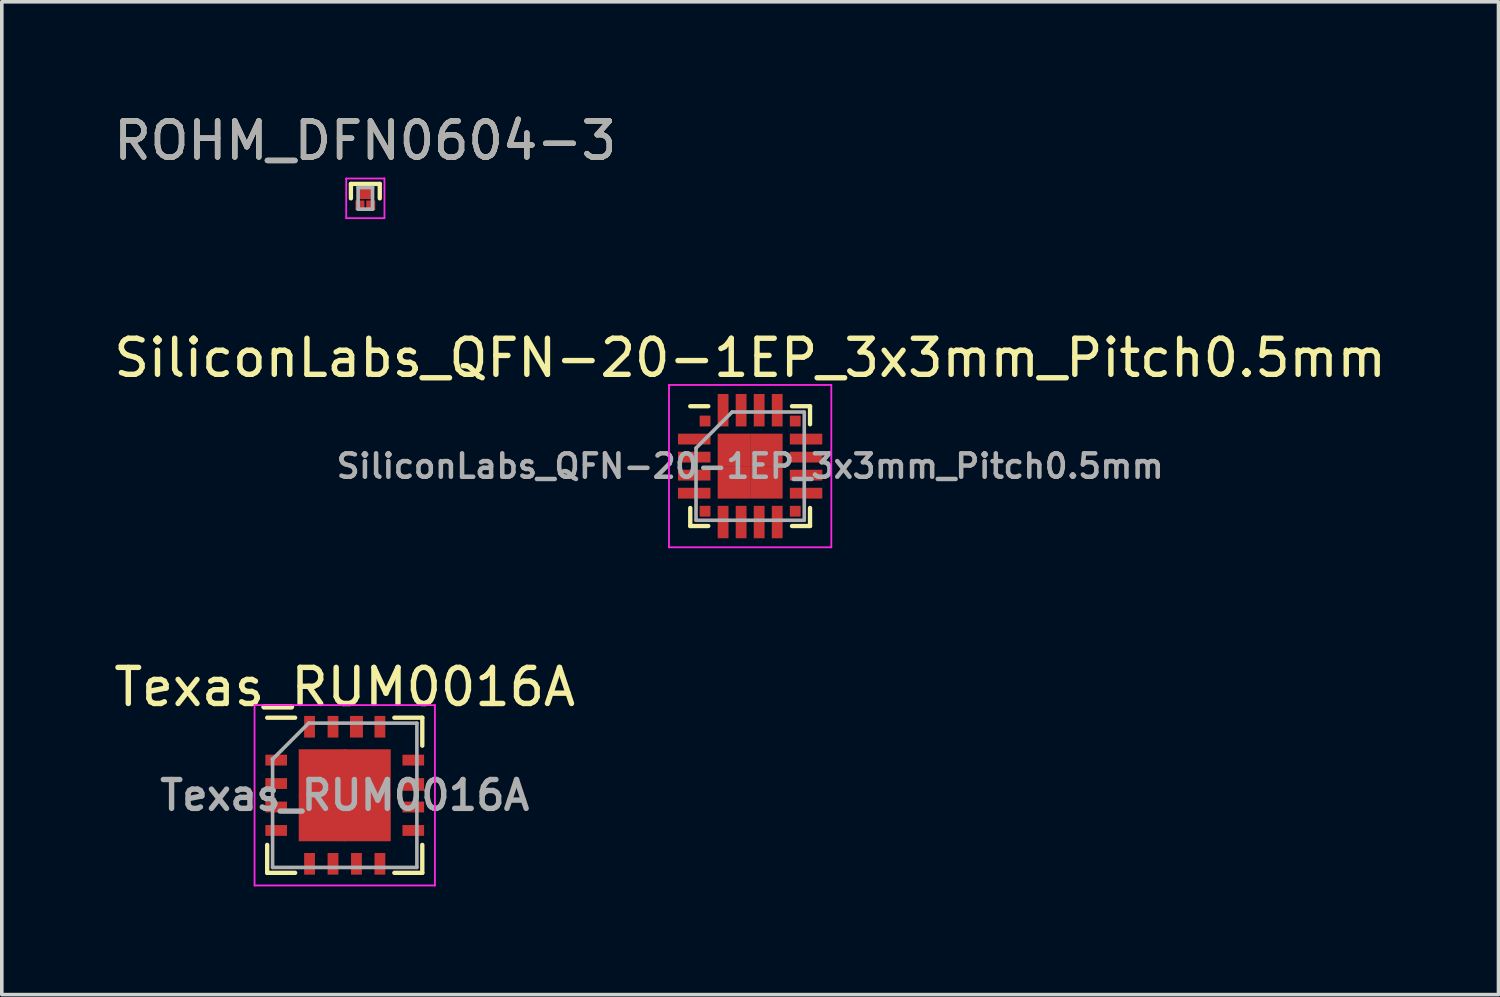
<source format=kicad_pcb>
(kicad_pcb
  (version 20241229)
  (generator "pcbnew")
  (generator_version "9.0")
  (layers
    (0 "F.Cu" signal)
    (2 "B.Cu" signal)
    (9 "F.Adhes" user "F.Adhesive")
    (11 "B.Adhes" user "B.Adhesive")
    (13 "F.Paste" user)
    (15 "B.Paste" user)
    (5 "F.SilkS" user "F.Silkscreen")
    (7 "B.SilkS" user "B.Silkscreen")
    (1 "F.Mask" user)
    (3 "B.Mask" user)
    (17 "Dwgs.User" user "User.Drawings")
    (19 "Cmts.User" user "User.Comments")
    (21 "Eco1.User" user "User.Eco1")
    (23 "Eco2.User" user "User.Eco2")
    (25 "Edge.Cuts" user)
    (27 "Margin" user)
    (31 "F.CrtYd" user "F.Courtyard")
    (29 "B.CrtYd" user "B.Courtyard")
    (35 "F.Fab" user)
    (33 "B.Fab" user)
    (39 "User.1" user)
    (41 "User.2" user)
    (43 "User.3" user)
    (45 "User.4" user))
  (footprint "Texas_RUM0016A"
    (layer "F.Cu")
    (at 6.506 18.995)
    (property "Reference" "Texas_RUM0016A" (at 0 -3 0) (layer "F.SilkS") (effects (font (size 1 1) (thickness 0.15))))
    (attr smd)
    (fp_line (start -2.15 -2.15) (end -1.375 -2.15) (stroke (width 0.12) (type solid)) (layer "F.SilkS"))
    (fp_line (start -2.15 2.15) (end -2.15 1.375) (stroke (width 0.12) (type solid)) (layer "F.SilkS"))
    (fp_line (start -2.15 2.15) (end -1.375 2.15) (stroke (width 0.12) (type solid)) (layer "F.SilkS"))
    (fp_line (start 2.15 -2.15) (end 1.375 -2.15) (stroke (width 0.12) (type solid)) (layer "F.SilkS"))
    (fp_line (start 2.15 -2.15) (end 2.15 -1.375) (stroke (width 0.12) (type solid)) (layer "F.SilkS"))
    (fp_line (start 2.15 2.15) (end 1.375 2.15) (stroke (width 0.12) (type solid)) (layer "F.SilkS"))
    (fp_line (start 2.15 2.15) (end 2.15 1.375) (stroke (width 0.12) (type solid)) (layer "F.SilkS"))
    (fp_line (start -2.5 -2.5) (end -2.5 2.5) (stroke (width 0.05) (type solid)) (layer "F.CrtYd"))
    (fp_line (start -2.5 -2.5) (end 2.5 -2.5) (stroke (width 0.05) (type solid)) (layer "F.CrtYd"))
    (fp_line (start -2.5 2.5) (end 2.5 2.5) (stroke (width 0.05) (type solid)) (layer "F.CrtYd"))
    (fp_line (start 2.5 -2.5) (end 2.5 2.5) (stroke (width 0.05) (type solid)) (layer "F.CrtYd"))
    (fp_line (start -2 -1) (end -2 -1) (stroke (width 0.12) (type solid)) (layer "F.Fab"))
    (fp_line (start -2 2) (end -2 -1) (stroke (width 0.1) (type solid)) (layer "F.Fab"))
    (fp_line (start -1 -2) (end -2 -1) (stroke (width 0.1) (type solid)) (layer "F.Fab"))
    (fp_line (start -1 -2) (end 2 -2) (stroke (width 0.1) (type solid)) (layer "F.Fab"))
    (fp_line (start 2 -2) (end 2 2) (stroke (width 0.1) (type solid)) (layer "F.Fab"))
    (fp_line (start 2 2) (end -2 2) (stroke (width 0.1) (type solid)) (layer "F.Fab"))
    (fp_text user "${REFERENCE}" (at 0 0 0) (layer "F.Fab") (effects (font (size 0.8 0.8) (thickness 0.15))))
    (pad "1" smd rect (at -1.9 -0.975) (size 0.6 0.3) (layers "F.Cu" "F.Mask" "F.Paste"))
    (pad "2" smd rect (at -1.9 -0.325) (size 0.6 0.3) (layers "F.Cu" "F.Mask" "F.Paste"))
    (pad "3" smd rect (at -1.9 0.325) (size 0.6 0.3) (layers "F.Cu" "F.Mask" "F.Paste"))
    (pad "4" smd rect (at -1.9 0.975) (size 0.6 0.3) (layers "F.Cu" "F.Mask" "F.Paste"))
    (pad "5" smd rect (at -0.975 1.9 90) (size 0.6 0.3) (layers "F.Cu" "F.Mask" "F.Paste"))
    (pad "6" smd rect (at -0.325 1.9 90) (size 0.6 0.3) (layers "F.Cu" "F.Mask" "F.Paste"))
    (pad "7" smd rect (at 0.325 1.9 90) (size 0.6 0.3) (layers "F.Cu" "F.Mask" "F.Paste"))
    (pad "8" smd rect (at 0.975 1.9 90) (size 0.6 0.3) (layers "F.Cu" "F.Mask" "F.Paste"))
    (pad "9" smd rect (at 1.9 0.975) (size 0.6 0.3) (layers "F.Cu" "F.Mask" "F.Paste"))
    (pad "10" smd rect (at 1.9 0.325) (size 0.6 0.3) (layers "F.Cu" "F.Mask" "F.Paste"))
    (pad "11" smd rect (at 1.9 -0.3) (size 0.6 0.35) (layers "F.Cu" "F.Mask" "F.Paste"))
    (pad "12" smd rect (at 1.9 -0.975) (size 0.6 0.3) (layers "F.Cu" "F.Mask" "F.Paste"))
    (pad "13" smd rect (at 0.975 -1.9 90) (size 0.6 0.3) (layers "F.Cu" "F.Mask" "F.Paste"))
    (pad "14" smd rect (at 0.325 -1.9 90) (size 0.6 0.36) (layers "F.Cu" "F.Mask" "F.Paste"))
    (pad "15" smd rect (at -0.325 -1.9 90) (size 0.6 0.3) (layers "F.Cu" "F.Mask" "F.Paste"))
    (pad "16" smd rect (at -0.975 -1.9 90) (size 0.6 0.3) (layers "F.Cu" "F.Mask" "F.Paste"))
    (pad "17" smd rect (at -0.625 -0.625) (size 1.3 1.3) (layers "F.Cu" "F.Mask" "F.Paste"))
    (pad "17" smd rect (at -0.625 0.625) (size 1.3 1.3) (layers "F.Cu" "F.Mask" "F.Paste"))
    (pad "17" smd rect (at 0.625 -0.625) (size 1.3 1.3) (layers "F.Cu" "F.Mask" "F.Paste"))
    (pad "17" smd rect (at 0.625 0.625) (size 1.3 1.3) (layers "F.Cu" "F.Mask" "F.Paste")))
  (footprint "SiliconLabs_QFN-20-1EP_3x3mm_Pitch0.5mm"
    (layer "F.Cu")
    (at 17.744 9.871)
    (property "Reference" "SiliconLabs_QFN-20-1EP_3x3mm_Pitch0.5mm" (at 0 -3 0) (layer "F.SilkS") (effects (font (size 1 1) (thickness 0.15))))
    (attr smd)
    (fp_line (start -1.66 -1.66) (end -1.16 -1.66) (stroke (width 0.12) (type solid)) (layer "F.SilkS"))
    (fp_line (start -1.66 1.66) (end -1.66 1.16) (stroke (width 0.12) (type solid)) (layer "F.SilkS"))
    (fp_line (start -1.16 1.66) (end -1.66 1.66) (stroke (width 0.12) (type solid)) (layer "F.SilkS"))
    (fp_line (start 1.16 -1.66) (end 1.66 -1.66) (stroke (width 0.12) (type solid)) (layer "F.SilkS"))
    (fp_line (start 1.16 1.66) (end 1.66 1.66) (stroke (width 0.12) (type solid)) (layer "F.SilkS"))
    (fp_line (start 1.66 -1.66) (end 1.66 -1.16) (stroke (width 0.12) (type solid)) (layer "F.SilkS"))
    (fp_line (start 1.66 1.66) (end 1.66 1.16) (stroke (width 0.12) (type solid)) (layer "F.SilkS"))
    (fp_line (start -2.25 -2.25) (end -2.25 2.25) (stroke (width 0.05) (type solid)) (layer "F.CrtYd"))
    (fp_line (start -2.25 2.25) (end 2.25 2.25) (stroke (width 0.05) (type solid)) (layer "F.CrtYd"))
    (fp_line (start 2.25 -2.25) (end -2.25 -2.25) (stroke (width 0.05) (type solid)) (layer "F.CrtYd"))
    (fp_line (start 2.25 2.25) (end 2.25 -2.25) (stroke (width 0.05) (type solid)) (layer "F.CrtYd"))
    (fp_line (start -1.5 -0.5) (end -0.5 -1.5) (stroke (width 0.1) (type solid)) (layer "F.Fab"))
    (fp_line (start -1.5 1.5) (end -1.5 -0.5) (stroke (width 0.1) (type solid)) (layer "F.Fab"))
    (fp_line (start -0.5 -1.5) (end 1.5 -1.5) (stroke (width 0.1) (type solid)) (layer "F.Fab"))
    (fp_line (start 1.5 -1.5) (end 1.5 1.5) (stroke (width 0.1) (type solid)) (layer "F.Fab"))
    (fp_line (start 1.5 1.5) (end -1.5 1.5) (stroke (width 0.1) (type solid)) (layer "F.Fab"))
    (fp_text user "${REFERENCE}" (at 0 0 0) (layer "F.Fab") (effects (font (size 0.65 0.65) (thickness 0.125))))
    (pad "1" smd rect (at -1.25 -1.25) (size 0.3 0.3) (layers "F.Cu" "F.Mask" "F.Paste"))
    (pad "2" smd rect (at -1.55 -0.75) (size 0.9 0.3) (layers "F.Cu" "F.Mask" "F.Paste"))
    (pad "3" smd rect (at -1.55 -0.25) (size 0.9 0.3) (layers "F.Cu" "F.Mask" "F.Paste"))
    (pad "4" smd rect (at -1.55 0.25) (size 0.9 0.3) (layers "F.Cu" "F.Mask" "F.Paste"))
    (pad "5" smd rect (at -1.55 0.75) (size 0.9 0.3) (layers "F.Cu" "F.Mask" "F.Paste"))
    (pad "6" smd rect (at -1.25 1.25) (size 0.3 0.3) (layers "F.Cu" "F.Mask" "F.Paste"))
    (pad "7" smd rect (at -0.75 1.55 90) (size 0.9 0.3) (layers "F.Cu" "F.Mask" "F.Paste"))
    (pad "8" smd rect (at -0.25 1.55 90) (size 0.9 0.3) (layers "F.Cu" "F.Mask" "F.Paste"))
    (pad "9" smd rect (at 0.25 1.55 90) (size 0.9 0.3) (layers "F.Cu" "F.Mask" "F.Paste"))
    (pad "10" smd rect (at 0.75 1.55 90) (size 0.9 0.3) (layers "F.Cu" "F.Mask" "F.Paste"))
    (pad "11" smd rect (at 1.25 1.25) (size 0.3 0.3) (layers "F.Cu" "F.Mask" "F.Paste"))
    (pad "12" smd rect (at 1.55 0.75) (size 0.9 0.3) (layers "F.Cu" "F.Mask" "F.Paste"))
    (pad "13" smd rect (at 1.55 0.25) (size 0.9 0.3) (layers "F.Cu" "F.Mask" "F.Paste"))
    (pad "14" smd rect (at 1.55 -0.25) (size 0.9 0.3) (layers "F.Cu" "F.Mask" "F.Paste"))
    (pad "15" smd rect (at 1.55 -0.75) (size 0.9 0.3) (layers "F.Cu" "F.Mask" "F.Paste"))
    (pad "16" smd rect (at 1.25 -1.25) (size 0.3 0.3) (layers "F.Cu" "F.Mask" "F.Paste"))
    (pad "17" smd rect (at 0.75 -1.55 90) (size 0.9 0.3) (layers "F.Cu" "F.Mask" "F.Paste"))
    (pad "18" smd rect (at 0.25 -1.55 90) (size 0.9 0.3) (layers "F.Cu" "F.Mask" "F.Paste"))
    (pad "19" smd rect (at -0.25 -1.55 90) (size 0.9 0.3) (layers "F.Cu" "F.Mask" "F.Paste"))
    (pad "20" smd rect (at -0.75 -1.55 90) (size 0.9 0.3) (layers "F.Cu" "F.Mask" "F.Paste"))
    (pad "21" smd rect (at -0.45 -0.45) (size 0.9 0.9) (layers "F.Cu" "F.Mask" "F.Paste"))
    (pad "21" smd rect (at -0.45 0.45) (size 0.9 0.9) (layers "F.Cu" "F.Mask" "F.Paste"))
    (pad "21" smd rect (at 0.45 -0.45) (size 0.9 0.9) (layers "F.Cu" "F.Mask" "F.Paste"))
    (pad "21" smd rect (at 0.45 0.45) (size 0.9 0.9) (layers "F.Cu" "F.Mask" "F.Paste")))
  (footprint "ROHM_DFN0604-3"
    (layer "F.Cu")
    (at 7.077 2.448)
    (property "Reference" "ROHM_DFN0604-3" (at 0 -1.6 0) (layer "F.SilkS") (effects (font (size 1 1) (thickness 0.15))))
    (attr smd)
    (fp_line (start -0.4 -0.4) (end 0.4 -0.4) (stroke (width 0.12) (type solid)) (layer "F.SilkS"))
    (fp_line (start -0.4 0) (end -0.4 -0.4) (stroke (width 0.12) (type solid)) (layer "F.SilkS"))
    (fp_line (start 0.4 -0.4) (end 0.4 0) (stroke (width 0.12) (type solid)) (layer "F.SilkS"))
    (fp_line (start -0.53 -0.55) (end 0.53 -0.55) (stroke (width 0.05) (type solid)) (layer "F.CrtYd"))
    (fp_line (start -0.53 0.55) (end -0.53 -0.55) (stroke (width 0.05) (type solid)) (layer "F.CrtYd"))
    (fp_line (start 0.53 -0.55) (end 0.53 0.55) (stroke (width 0.05) (type solid)) (layer "F.CrtYd"))
    (fp_line (start 0.53 0.55) (end -0.53 0.55) (stroke (width 0.05) (type solid)) (layer "F.CrtYd"))
    (fp_line (start -0.2 -0.3) (end 0.2 -0.3) (stroke (width 0.1) (type solid)) (layer "F.Fab"))
    (fp_line (start -0.2 0.3) (end -0.2 -0.3) (stroke (width 0.1) (type solid)) (layer "F.Fab"))
    (fp_line (start 0.2 -0.3) (end 0.2 0.3) (stroke (width 0.1) (type solid)) (layer "F.Fab"))
    (fp_line (start 0.2 0.3) (end -0.2 0.3) (stroke (width 0.1) (type solid)) (layer "F.Fab"))
    (fp_text user "${REFERENCE}" (at 0 -1.6 0) (layer "F.Fab") (effects (font (size 1 1) (thickness 0.15))))
    (pad "1" smd rect (at -0.15 0.195) (size 0.25 0.27) (layers "F.Cu" "F.Mask" "F.Paste"))
    (pad "2" smd rect (at 0.15 0.195) (size 0.25 0.27) (layers "F.Cu" "F.Mask" "F.Paste"))
    (pad "3" smd rect (at 0 -0.155) (size 0.35 0.35) (layers "F.Cu" "F.Mask" "F.Paste")))
  (gr_rect
    (start -3 -3)
    (end 38.488 24.52)
    (stroke (width 0.1) (type default))
    (fill no)
    (layer "Edge.Cuts")))
</source>
